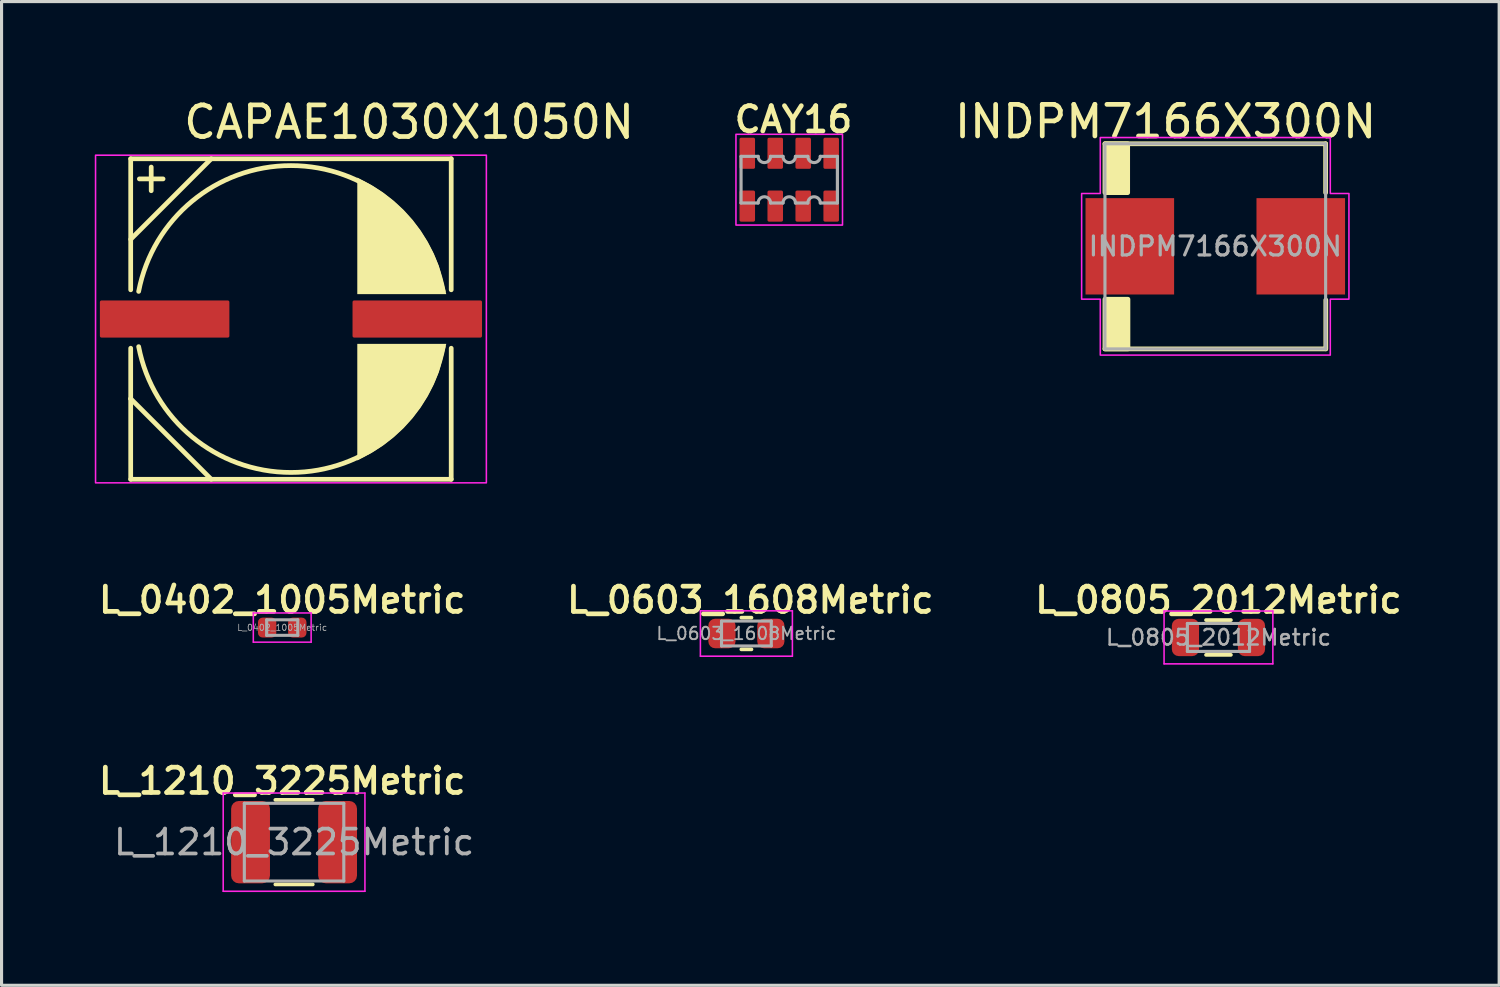
<source format=kicad_pcb>
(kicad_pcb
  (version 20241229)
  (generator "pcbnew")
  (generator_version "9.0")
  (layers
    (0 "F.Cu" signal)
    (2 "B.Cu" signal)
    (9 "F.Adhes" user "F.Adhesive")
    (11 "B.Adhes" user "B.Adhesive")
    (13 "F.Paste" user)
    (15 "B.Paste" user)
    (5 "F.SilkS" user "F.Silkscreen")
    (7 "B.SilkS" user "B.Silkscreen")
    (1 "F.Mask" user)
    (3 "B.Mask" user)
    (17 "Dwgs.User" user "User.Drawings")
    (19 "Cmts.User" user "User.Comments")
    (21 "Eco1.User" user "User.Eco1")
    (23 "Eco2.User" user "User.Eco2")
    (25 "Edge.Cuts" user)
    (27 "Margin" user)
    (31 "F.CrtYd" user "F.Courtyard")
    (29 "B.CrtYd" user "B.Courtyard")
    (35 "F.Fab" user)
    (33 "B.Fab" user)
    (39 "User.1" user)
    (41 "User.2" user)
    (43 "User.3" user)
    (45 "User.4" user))
  (footprint "CAY16"
    (layer "F.Cu")
    (at 22.342 2.731)
    (property "Reference" "CAY16" (at -1.841 -1.46 0) (layer "F.SilkS") (effects (font (size 0.813 0.813) (thickness 0.152) (bold yes)) (justify left bottom)))
    (attr smd)
    (fp_rect (start -1.714 -1.46) (end 1.714 1.46) (stroke (width 0.05) (type default)) (fill no) (layer "F.CrtYd"))
    (fp_line (start -1.55 -0.75) (end -1 -0.75) (stroke (width 0.102) (type solid)) (layer "F.Fab"))
    (fp_line (start -1.55 0.75) (end -1.55 -0.75) (stroke (width 0.102) (type solid)) (layer "F.Fab"))
    (fp_line (start -1 0.75) (end -1.55 0.75) (stroke (width 0.102) (type solid)) (layer "F.Fab"))
    (fp_line (start -0.6 -0.75) (end -0.2 -0.75) (stroke (width 0.102) (type solid)) (layer "F.Fab"))
    (fp_line (start -0.2 0.75) (end -0.6 0.75) (stroke (width 0.102) (type solid)) (layer "F.Fab"))
    (fp_line (start 0.2 -0.75) (end 0.6 -0.75) (stroke (width 0.102) (type solid)) (layer "F.Fab"))
    (fp_line (start 0.6 0.75) (end 0.2 0.75) (stroke (width 0.102) (type solid)) (layer "F.Fab"))
    (fp_line (start 1 -0.75) (end 1.55 -0.75) (stroke (width 0.102) (type solid)) (layer "F.Fab"))
    (fp_line (start 1.55 -0.75) (end 1.55 0.75) (stroke (width 0.102) (type solid)) (layer "F.Fab"))
    (fp_line (start 1.55 0.75) (end 1 0.75) (stroke (width 0.102) (type solid)) (layer "F.Fab"))
    (fp_arc (start -1 0.75) (mid -0.8 0.55) (end -0.6 0.75) (stroke (width 0.1016) (type solid)) (layer "F.Fab"))
    (fp_arc (start -0.6 -0.75) (mid -0.8 -0.55) (end -1 -0.75) (stroke (width 0.1016) (type solid)) (layer "F.Fab"))
    (fp_arc (start -0.2 0.75) (mid 0 0.55) (end 0.2 0.75) (stroke (width 0.1016) (type solid)) (layer "F.Fab"))
    (fp_arc (start 0.2 -0.75) (mid 0 -0.55) (end -0.2 -0.75) (stroke (width 0.1016) (type solid)) (layer "F.Fab"))
    (fp_arc (start 0.6 0.75) (mid 0.8 0.55) (end 1 0.75) (stroke (width 0.1016) (type solid)) (layer "F.Fab"))
    (fp_arc (start 1 -0.75) (mid 0.8 -0.55) (end 0.6 -0.75) (stroke (width 0.1016) (type solid)) (layer "F.Fab"))
    (pad "1" smd roundrect (at -1.35 0.85) (size 0.5 1) (layers "F.Cu" "F.Mask" "F.Paste") (roundrect_rratio 0.102))
    (pad "2" smd roundrect (at -0.45 0.85) (size 0.5 1) (layers "F.Cu" "F.Mask" "F.Paste") (roundrect_rratio 0.102))
    (pad "3" smd roundrect (at 0.45 0.85) (size 0.5 1) (layers "F.Cu" "F.Mask" "F.Paste") (roundrect_rratio 0.102))
    (pad "4" smd roundrect (at 1.35 0.85) (size 0.5 1) (layers "F.Cu" "F.Mask" "F.Paste") (roundrect_rratio 0.102))
    (pad "5" smd roundrect (at 1.35 -0.85) (size 0.5 1) (layers "F.Cu" "F.Mask" "F.Paste") (roundrect_rratio 0.102))
    (pad "6" smd roundrect (at 0.45 -0.85) (size 0.5 1) (layers "F.Cu" "F.Mask" "F.Paste") (roundrect_rratio 0.102))
    (pad "7" smd roundrect (at -0.45 -0.85) (size 0.5 1) (layers "F.Cu" "F.Mask" "F.Paste") (roundrect_rratio 0.102))
    (pad "8" smd roundrect (at -1.35 -0.85) (size 0.5 1) (layers "F.Cu" "F.Mask" "F.Paste") (roundrect_rratio 0.102)))
  (footprint "INDPM7166X300N"
    (layer "F.Cu")
    (at 36.05 4.875)
    (property "Reference" "INDPM7166X300N" (at -1.6 -4.013 0) (layer "F.SilkS") (effects (font (size 1.016 1.016) (thickness 0.152))))
    (attr smd)
    (fp_line (start -3.55 3.3) (end 3.55 3.3) (stroke (width 0.152) (type solid)) (layer "F.SilkS"))
    (fp_line (start 3.55 -3.3) (end -3.55 -3.3) (stroke (width 0.152) (type solid)) (layer "F.SilkS"))
    (fp_line (start 3.55 -3.3) (end 3.55 -1.727) (stroke (width 0.152) (type solid)) (layer "F.SilkS"))
    (fp_line (start 3.556 1.727) (end 3.556 3.3) (stroke (width 0.152) (type solid)) (layer "F.SilkS"))
    (fp_rect (start -3.55 -3.3) (end -2.819 -1.727) (stroke (width 0.152) (type solid)) (fill yes) (layer "F.SilkS"))
    (fp_rect (start -3.55 1.703) (end -2.81 3.3) (stroke (width 0.152) (type solid)) (fill yes) (layer "F.SilkS"))
    (fp_poly (pts (xy -4.3 -1.7) (xy -3.7 -1.7) (xy -3.7 -3.5) (xy 3.7 -3.5) (xy 3.7 -1.7) (xy 4.3 -1.7) (xy 4.3 1.7) (xy 3.7 1.7) (xy 3.7 3.5) (xy -3.7 3.5) (xy -3.7 1.7) (xy -4.3 1.7)) (stroke (width 0.05) (type solid)) (fill no) (layer "F.CrtYd"))
    (fp_line (start -3.55 -3.3) (end 3.55 -3.3) (stroke (width 0.1) (type solid)) (layer "F.Fab"))
    (fp_line (start -3.55 3.3) (end -3.55 -3.3) (stroke (width 0.1) (type solid)) (layer "F.Fab"))
    (fp_line (start 3.55 -3.3) (end 3.55 3.3) (stroke (width 0.1) (type solid)) (layer "F.Fab"))
    (fp_line (start 3.55 3.3) (end -3.55 3.3) (stroke (width 0.1) (type solid)) (layer "F.Fab"))
    (fp_text user "${REFERENCE}" (at 0 0 0) (layer "F.Fab") (effects (font (size 0.61 0.61) (thickness 0.102) (bold yes))))
    (pad "1" smd rect (at -2.75 0) (size 2.85 3.1) (layers "F.Cu" "F.Mask" "F.Paste"))
    (pad "2" smd rect (at 2.75 0) (size 2.85 3.1) (layers "F.Cu" "F.Mask" "F.Paste")))
  (footprint "L_1210_3225Metric"
    (layer "F.Cu")
    (at 6.411 24.045)
    (property "Reference" "L_1210_3225Metric" (at -0.381 -1.968 0) (layer "F.SilkS") (effects (font (size 0.813 0.813) (thickness 0.152) (bold yes))))
    (attr smd)
    (fp_line (start -0.602 -1.36) (end 0.602 -1.36) (stroke (width 0.12) (type solid)) (layer "F.SilkS"))
    (fp_line (start -0.602 1.36) (end 0.602 1.36) (stroke (width 0.12) (type solid)) (layer "F.SilkS"))
    (fp_line (start -2.28 -1.58) (end 2.28 -1.58) (stroke (width 0.05) (type solid)) (layer "F.CrtYd"))
    (fp_line (start -2.28 1.58) (end -2.28 -1.58) (stroke (width 0.05) (type solid)) (layer "F.CrtYd"))
    (fp_line (start 2.28 -1.58) (end 2.28 1.58) (stroke (width 0.05) (type solid)) (layer "F.CrtYd"))
    (fp_line (start 2.28 1.58) (end -2.28 1.58) (stroke (width 0.05) (type solid)) (layer "F.CrtYd"))
    (fp_line (start -1.6 -1.25) (end 1.6 -1.25) (stroke (width 0.1) (type solid)) (layer "F.Fab"))
    (fp_line (start -1.6 1.25) (end -1.6 -1.25) (stroke (width 0.1) (type solid)) (layer "F.Fab"))
    (fp_line (start 1.6 -1.25) (end 1.6 1.25) (stroke (width 0.1) (type solid)) (layer "F.Fab"))
    (fp_line (start 1.6 1.25) (end -1.6 1.25) (stroke (width 0.1) (type solid)) (layer "F.Fab"))
    (fp_text user "${REFERENCE}" (at 0 0 0) (layer "F.Fab") (effects (font (size 0.8 0.8) (thickness 0.12))))
    (pad "1" smd roundrect (at -1.4 0) (size 1.25 2.65) (layers "F.Cu" "F.Mask" "F.Paste") (roundrect_rratio 0.2))
    (pad "2" smd roundrect (at 1.4 0) (size 1.25 2.65) (layers "F.Cu" "F.Mask" "F.Paste") (roundrect_rratio 0.2)))
  (footprint "L_0805_2012Metric"
    (layer "F.Cu")
    (at 36.152 17.459)
    (property "Reference" "L_0805_2012Metric" (at 0 -1.206 0) (layer "F.SilkS") (effects (font (size 0.813 0.813) (thickness 0.152) (bold yes))))
    (attr smd)
    (fp_line (start -0.4 -0.56) (end 0.4 -0.56) (stroke (width 0.12) (type solid)) (layer "F.SilkS"))
    (fp_line (start -0.4 0.56) (end 0.4 0.56) (stroke (width 0.12) (type solid)) (layer "F.SilkS"))
    (fp_line (start -1.75 -0.85) (end 1.75 -0.85) (stroke (width 0.05) (type solid)) (layer "F.CrtYd"))
    (fp_line (start -1.75 0.85) (end -1.75 -0.85) (stroke (width 0.05) (type solid)) (layer "F.CrtYd"))
    (fp_line (start 1.75 -0.85) (end 1.75 0.85) (stroke (width 0.05) (type solid)) (layer "F.CrtYd"))
    (fp_line (start 1.75 0.85) (end -1.75 0.85) (stroke (width 0.05) (type solid)) (layer "F.CrtYd"))
    (fp_line (start -1 -0.45) (end 1 -0.45) (stroke (width 0.1) (type solid)) (layer "F.Fab"))
    (fp_line (start -1 0.45) (end -1 -0.45) (stroke (width 0.1) (type solid)) (layer "F.Fab"))
    (fp_line (start 1 -0.45) (end 1 0.45) (stroke (width 0.1) (type solid)) (layer "F.Fab"))
    (fp_line (start 1 0.45) (end -1 0.45) (stroke (width 0.1) (type solid)) (layer "F.Fab"))
    (fp_text user "${REFERENCE}" (at 0 0 0) (layer "F.Fab") (effects (font (size 0.5 0.5) (thickness 0.08))))
    (pad "1" smd roundrect (at -1.062 0) (size 0.875 1.2) (layers "F.Cu" "F.Mask" "F.Paste") (roundrect_rratio 0.25))
    (pad "2" smd roundrect (at 1.062 0) (size 0.875 1.2) (layers "F.Cu" "F.Mask" "F.Paste") (roundrect_rratio 0.25)))
  (footprint "L_0402_1005Metric"
    (layer "F.Cu")
    (at 6.03 17.141)
    (property "Reference" "L_0402_1005Metric" (at 0 -0.889 0) (layer "F.SilkS") (effects (font (size 0.813 0.813) (thickness 0.152) (bold yes))))
    (attr smd)
    (fp_line (start -0.93 -0.47) (end 0.93 -0.47) (stroke (width 0.05) (type solid)) (layer "F.CrtYd"))
    (fp_line (start -0.93 0.47) (end -0.93 -0.47) (stroke (width 0.05) (type solid)) (layer "F.CrtYd"))
    (fp_line (start 0.93 -0.47) (end 0.93 0.47) (stroke (width 0.05) (type solid)) (layer "F.CrtYd"))
    (fp_line (start 0.93 0.47) (end -0.93 0.47) (stroke (width 0.05) (type solid)) (layer "F.CrtYd"))
    (fp_line (start -0.5 -0.25) (end 0.5 -0.25) (stroke (width 0.1) (type solid)) (layer "F.Fab"))
    (fp_line (start -0.5 0.25) (end -0.5 -0.25) (stroke (width 0.1) (type solid)) (layer "F.Fab"))
    (fp_line (start 0.5 -0.25) (end 0.5 0.25) (stroke (width 0.1) (type solid)) (layer "F.Fab"))
    (fp_line (start 0.5 0.25) (end -0.5 0.25) (stroke (width 0.1) (type solid)) (layer "F.Fab"))
    (fp_text user "${REFERENCE}" (at 0 0 0) (layer "F.Fab") (effects (font (size 0.2 0.2) (thickness 0.025))))
    (pad "1" smd roundrect (at -0.485 0) (size 0.59 0.64) (layers "F.Cu" "F.Mask" "F.Paste") (roundrect_rratio 0.25))
    (pad "2" smd roundrect (at 0.485 0) (size 0.59 0.64) (layers "F.Cu" "F.Mask" "F.Paste") (roundrect_rratio 0.25)))
  (footprint "CAPAE1030X1050N"
    (layer "F.Cu")
    (at 6.311 7.214)
    (property "Reference" "CAPAE1030X1050N" (at -3.531 -5.74 0) (layer "F.SilkS") (effects (font (size 1.016 1.016) (thickness 0.152)) (justify left bottom)))
    (attr smd)
    (fp_line (start -5.156 -5.156) (end -5.156 -0.94) (stroke (width 0.152) (type solid)) (layer "F.SilkS"))
    (fp_line (start -5.156 -2.565) (end -2.565 -5.156) (stroke (width 0.152) (type solid)) (layer "F.SilkS"))
    (fp_line (start -5.156 0.94) (end -5.156 2.565) (stroke (width 0.152) (type solid)) (layer "F.SilkS"))
    (fp_line (start -5.156 2.565) (end -5.156 5.156) (stroke (width 0.152) (type solid)) (layer "F.SilkS"))
    (fp_line (start -5.156 2.565) (end -2.565 5.156) (stroke (width 0.152) (type solid)) (layer "F.SilkS"))
    (fp_line (start -5.156 5.156) (end 5.156 5.156) (stroke (width 0.152) (type solid)) (layer "F.SilkS"))
    (fp_line (start -4.496 -4.889) (end -4.496 -4.128) (stroke (width 0.152) (type solid)) (layer "F.SilkS"))
    (fp_line (start -4.115 -4.508) (end -4.877 -4.508) (stroke (width 0.152) (type solid)) (layer "F.SilkS"))
    (fp_line (start 5.156 -5.156) (end -5.156 -5.156) (stroke (width 0.152) (type solid)) (layer "F.SilkS"))
    (fp_line (start 5.156 -0.94) (end 5.156 -5.156) (stroke (width 0.152) (type solid)) (layer "F.SilkS"))
    (fp_line (start 5.156 5.156) (end 5.156 0.94) (stroke (width 0.152) (type solid)) (layer "F.SilkS"))
    (fp_arc (start -4.9 -0.889) (mid 0 -4.936477) (end 4.9 -0.889001) (stroke (width 0.1524) (type solid)) (layer "F.SilkS"))
    (fp_arc (start 4.9 0.889) (mid 0 4.936477) (end -4.9 0.889001) (stroke (width 0.1524) (type solid)) (layer "F.SilkS"))
    (fp_poly (pts (xy 2.605 -4.302) (xy 2.966 -4.069) (xy 3.306 -3.805) (xy 3.622 -3.513) (xy 3.911 -3.194) (xy 4.171 -2.851) (xy 4.4 -2.487) (xy 4.597 -2.104) (xy 4.76 -1.705) (xy 4.997 -0.8) (xy 2.134 -0.8) (xy 2.134 -4.55)) (stroke (width 0) (type default)) (fill yes) (layer "F.SilkS"))
    (fp_poly (pts (xy 4.76 1.705) (xy 4.597 2.104) (xy 4.4 2.487) (xy 4.171 2.851) (xy 3.911 3.194) (xy 3.622 3.513) (xy 3.306 3.805) (xy 2.966 4.069) (xy 2.605 4.302) (xy 2.134 4.55) (xy 2.134 0.8) (xy 4.997 0.8)) (stroke (width 0) (type default)) (fill yes) (layer "F.SilkS"))
    (fp_rect (start -6.287 -5.271) (end 6.287 5.271) (stroke (width 0.05) (type default)) (fill no) (layer "F.CrtYd"))
    (pad "+" smd roundrect (at -4.064 0) (size 4.166 1.194) (layers "F.Cu" "F.Mask" "F.Paste") (roundrect_rratio 0.043))
    (pad "-" smd roundrect (at 4.064 0) (size 4.166 1.194) (layers "F.Cu" "F.Mask" "F.Paste") (roundrect_rratio 0.043)))
  (footprint "L_0603_1608Metric"
    (layer "F.Cu")
    (at 20.964 17.332)
    (property "Reference" "L_0603_1608Metric" (at 0.127 -1.079 0) (layer "F.SilkS") (effects (font (size 0.813 0.813) (thickness 0.152) (bold yes))))
    (attr smd)
    (fp_line (start -0.163 -0.51) (end 0.163 -0.51) (stroke (width 0.12) (type solid)) (layer "F.SilkS"))
    (fp_line (start -0.163 0.51) (end 0.163 0.51) (stroke (width 0.12) (type solid)) (layer "F.SilkS"))
    (fp_line (start -1.48 -0.73) (end 1.48 -0.73) (stroke (width 0.05) (type solid)) (layer "F.CrtYd"))
    (fp_line (start -1.48 0.73) (end -1.48 -0.73) (stroke (width 0.05) (type solid)) (layer "F.CrtYd"))
    (fp_line (start 1.48 -0.73) (end 1.48 0.73) (stroke (width 0.05) (type solid)) (layer "F.CrtYd"))
    (fp_line (start 1.48 0.73) (end -1.48 0.73) (stroke (width 0.05) (type solid)) (layer "F.CrtYd"))
    (fp_line (start -0.8 -0.4) (end 0.8 -0.4) (stroke (width 0.1) (type solid)) (layer "F.Fab"))
    (fp_line (start -0.8 0.4) (end -0.8 -0.4) (stroke (width 0.1) (type solid)) (layer "F.Fab"))
    (fp_line (start 0.8 -0.4) (end 0.8 0.4) (stroke (width 0.1) (type solid)) (layer "F.Fab"))
    (fp_line (start 0.8 0.4) (end -0.8 0.4) (stroke (width 0.1) (type solid)) (layer "F.Fab"))
    (fp_text user "${REFERENCE}" (at 0 0 0) (layer "F.Fab") (effects (font (size 0.4 0.4) (thickness 0.06))))
    (pad "1" smd roundrect (at -0.787 0) (size 0.875 0.95) (layers "F.Cu" "F.Mask" "F.Paste") (roundrect_rratio 0.25))
    (pad "2" smd roundrect (at 0.787 0) (size 0.875 0.95) (layers "F.Cu" "F.Mask" "F.Paste") (roundrect_rratio 0.25)))
  (gr_rect
    (start -3 -3)
    (end 45.183 28.65)
    (stroke (width 0.1) (type default))
    (fill no)
    (layer "Edge.Cuts")))
</source>
